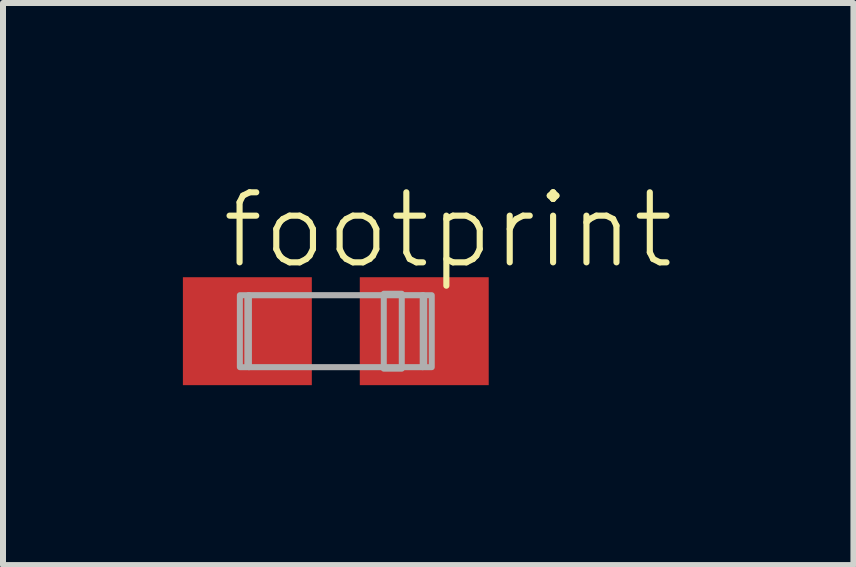
<source format=kicad_pcb>
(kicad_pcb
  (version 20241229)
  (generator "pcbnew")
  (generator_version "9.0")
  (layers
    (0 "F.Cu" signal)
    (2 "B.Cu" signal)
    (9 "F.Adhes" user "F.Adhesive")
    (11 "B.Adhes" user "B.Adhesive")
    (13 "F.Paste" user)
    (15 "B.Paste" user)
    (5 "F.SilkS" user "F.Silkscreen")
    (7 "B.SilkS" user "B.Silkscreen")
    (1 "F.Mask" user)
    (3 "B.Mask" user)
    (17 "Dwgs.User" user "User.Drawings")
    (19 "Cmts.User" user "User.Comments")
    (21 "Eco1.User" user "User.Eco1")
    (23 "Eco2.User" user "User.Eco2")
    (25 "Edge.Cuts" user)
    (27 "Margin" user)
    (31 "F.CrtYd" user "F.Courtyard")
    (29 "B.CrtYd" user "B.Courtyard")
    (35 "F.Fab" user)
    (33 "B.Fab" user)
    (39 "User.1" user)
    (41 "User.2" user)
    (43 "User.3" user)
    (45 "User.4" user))
  (footprint "footprint"
    (layer "F.Cu")
    (at 2.55 2.473)
    (property "Reference" "footprint" (at -1.95 -1 0) (layer "F.SilkS") (effects (font (size 1.168 1.168) (thickness 0.102)) (justify left bottom)))
    (fp_line (start -1.45 -0.6) (end 1.45 -0.6) (stroke (width 0.102) (type solid)) (layer "F.Fab"))
    (fp_line (start -1.45 0.6) (end -1.45 -0.6) (stroke (width 0.102) (type solid)) (layer "F.Fab"))
    (fp_line (start 1.45 -0.6) (end 1.45 0.6) (stroke (width 0.102) (type solid)) (layer "F.Fab"))
    (fp_line (start 1.45 0.6) (end -1.45 0.6) (stroke (width 0.102) (type solid)) (layer "F.Fab"))
    (fp_poly (pts (xy -1.6 0.6) (xy -1.475 0.6) (xy -1.475 -0.6) (xy -1.6 -0.6)) (stroke (width 0.1) (type solid)) (fill no) (layer "F.Fab"))
    (fp_poly (pts (xy 0.8 0.625) (xy 1.1 0.625) (xy 1.1 -0.625) (xy 0.8 -0.625)) (stroke (width 0.1) (type solid)) (fill no) (layer "F.Fab"))
    (fp_poly (pts (xy 1.475 0.6) (xy 1.6 0.6) (xy 1.6 -0.6) (xy 1.475 -0.6)) (stroke (width 0.1) (type solid)) (fill no) (layer "F.Fab"))
    (pad "+" smd rect (at 1.475 0) (size 2.15 1.8) (layers "F.Cu" "F.Mask" "F.Paste"))
    (pad "-" smd rect (at -1.475 0) (size 2.15 1.8) (layers "F.Cu" "F.Mask" "F.Paste")))
  (gr_rect
    (start -3 -3)
    (end 11.182 6.373)
    (stroke (width 0.1) (type default))
    (fill no)
    (layer "Edge.Cuts")))
</source>
